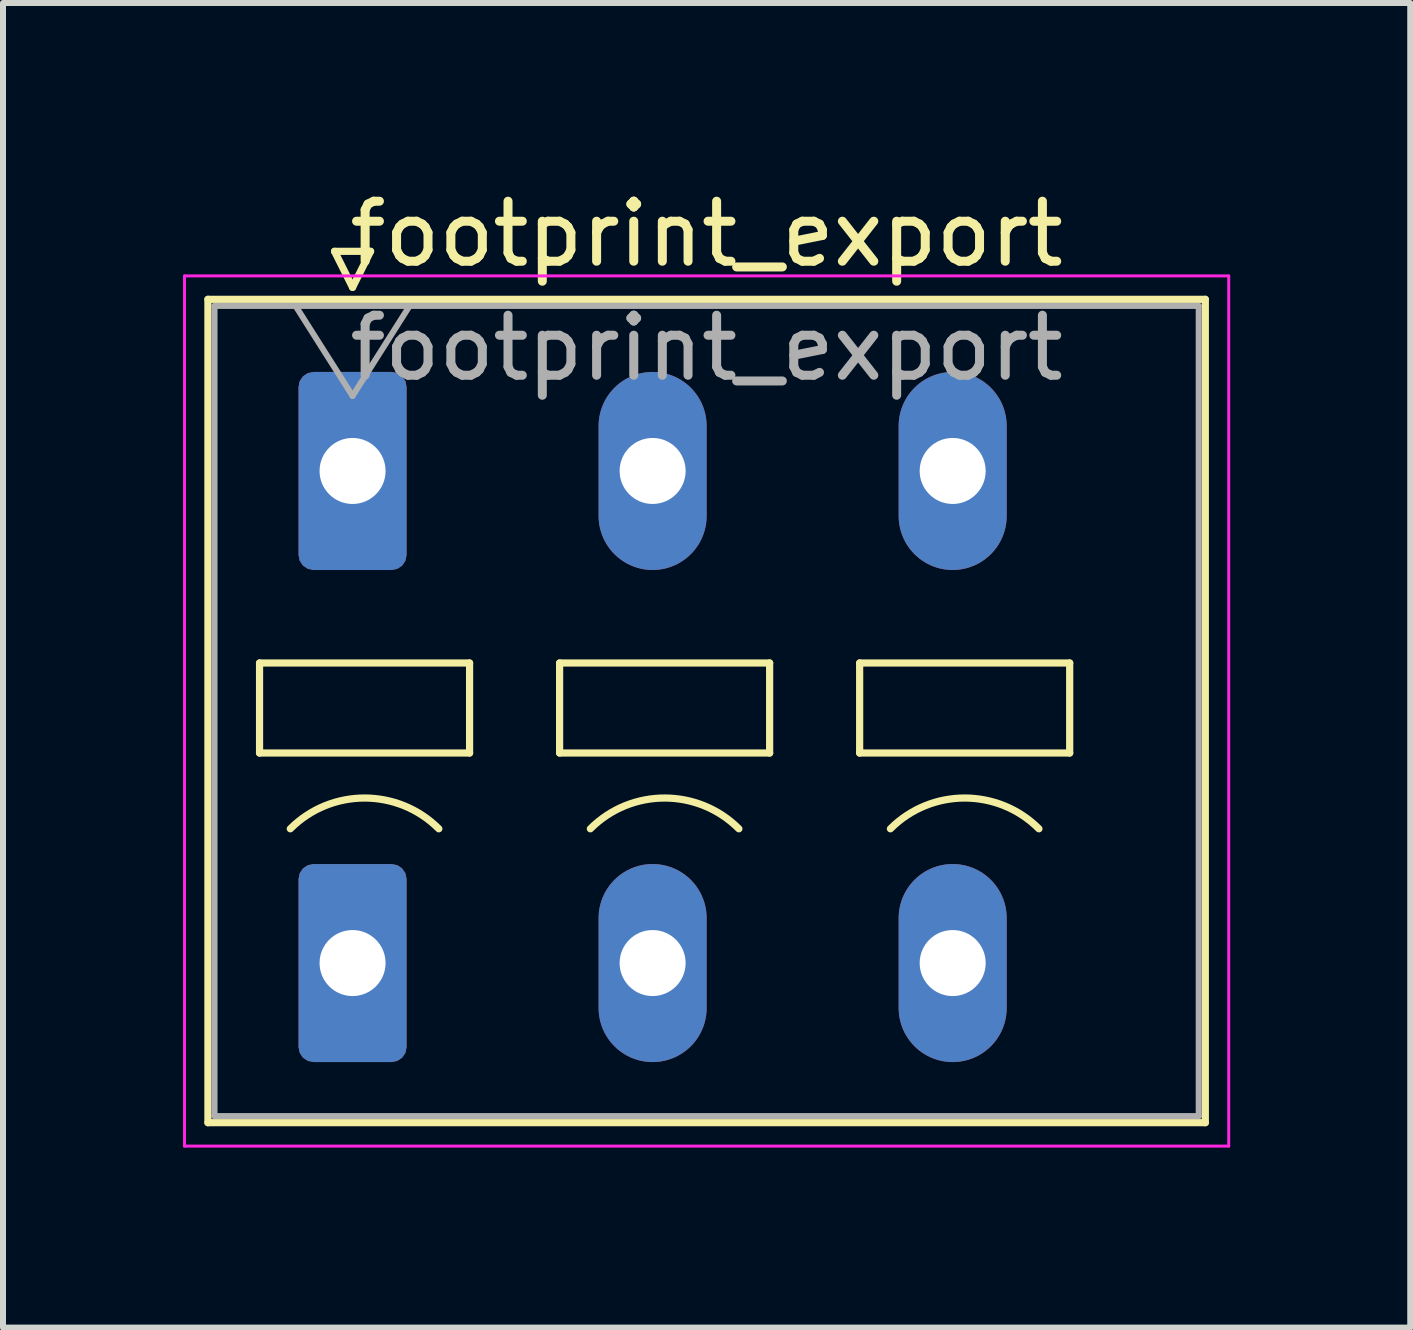
<source format=kicad_pcb>
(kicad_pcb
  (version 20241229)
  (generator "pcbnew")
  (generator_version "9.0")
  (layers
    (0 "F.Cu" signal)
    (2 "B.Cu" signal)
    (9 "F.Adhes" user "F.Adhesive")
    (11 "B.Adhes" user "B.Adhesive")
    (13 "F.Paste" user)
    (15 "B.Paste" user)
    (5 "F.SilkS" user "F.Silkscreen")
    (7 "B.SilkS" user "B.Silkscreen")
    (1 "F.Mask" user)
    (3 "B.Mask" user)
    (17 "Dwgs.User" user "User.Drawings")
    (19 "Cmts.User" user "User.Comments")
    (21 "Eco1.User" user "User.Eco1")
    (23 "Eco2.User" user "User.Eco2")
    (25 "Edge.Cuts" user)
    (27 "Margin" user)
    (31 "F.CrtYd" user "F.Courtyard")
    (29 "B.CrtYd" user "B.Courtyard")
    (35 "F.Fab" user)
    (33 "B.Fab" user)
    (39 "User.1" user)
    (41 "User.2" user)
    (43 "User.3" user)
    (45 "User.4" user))
  (footprint "footprint_export"
    (layer "F.Cu")
    (at 2.825 4.798)
    (property "Reference" "footprint_export" (at 5.9 -3.95 0) (layer "F.SilkS") (effects (font (size 1 1) (thickness 0.15))))
    (attr through_hole)
    (fp_line (start -2.41 -2.86) (end 14.21 -2.86) (stroke (width 0.12) (type solid)) (layer "F.SilkS"))
    (fp_line (start -2.41 10.86) (end -2.41 -2.86) (stroke (width 0.12) (type solid)) (layer "F.SilkS"))
    (fp_line (start -1.55 3.2) (end -1.55 4.7) (stroke (width 0.12) (type solid)) (layer "F.SilkS"))
    (fp_line (start -1.55 4.7) (end 1.95 4.7) (stroke (width 0.12) (type solid)) (layer "F.SilkS"))
    (fp_line (start -0.3 -3.66) (end 0 -3.06) (stroke (width 0.12) (type solid)) (layer "F.SilkS"))
    (fp_line (start -0.3 -3.66) (end 0.3 -3.66) (stroke (width 0.12) (type solid)) (layer "F.SilkS"))
    (fp_line (start 0.3 -3.66) (end 0 -3.06) (stroke (width 0.12) (type solid)) (layer "F.SilkS"))
    (fp_line (start 1.95 3.2) (end -1.55 3.2) (stroke (width 0.12) (type solid)) (layer "F.SilkS"))
    (fp_line (start 1.95 4.7) (end 1.95 3.2) (stroke (width 0.12) (type solid)) (layer "F.SilkS"))
    (fp_line (start 3.45 3.2) (end 3.45 4.7) (stroke (width 0.12) (type solid)) (layer "F.SilkS"))
    (fp_line (start 3.45 4.7) (end 6.95 4.7) (stroke (width 0.12) (type solid)) (layer "F.SilkS"))
    (fp_line (start 6.95 3.2) (end 3.45 3.2) (stroke (width 0.12) (type solid)) (layer "F.SilkS"))
    (fp_line (start 6.95 4.7) (end 6.95 3.2) (stroke (width 0.12) (type solid)) (layer "F.SilkS"))
    (fp_line (start 8.45 3.2) (end 8.45 4.7) (stroke (width 0.12) (type solid)) (layer "F.SilkS"))
    (fp_line (start 8.45 4.7) (end 11.95 4.7) (stroke (width 0.12) (type solid)) (layer "F.SilkS"))
    (fp_line (start 11.95 3.2) (end 8.45 3.2) (stroke (width 0.12) (type solid)) (layer "F.SilkS"))
    (fp_line (start 11.95 4.7) (end 11.95 3.2) (stroke (width 0.12) (type solid)) (layer "F.SilkS"))
    (fp_line (start 14.21 -2.86) (end 14.21 10.86) (stroke (width 0.12) (type solid)) (layer "F.SilkS"))
    (fp_line (start 14.21 10.86) (end -2.41 10.86) (stroke (width 0.12) (type solid)) (layer "F.SilkS"))
    (fp_arc (start -1.037437 5.962563) (mid 0.2 5.45) (end 1.437437 5.962563) (stroke (width 0.12) (type solid)) (layer "F.SilkS"))
    (fp_arc (start 3.962563 5.962563) (mid 5.2 5.45) (end 6.437437 5.962563) (stroke (width 0.12) (type solid)) (layer "F.SilkS"))
    (fp_arc (start 8.962563 5.962563) (mid 10.2 5.45) (end 11.437437 5.962563) (stroke (width 0.12) (type solid)) (layer "F.SilkS"))
    (fp_line (start -2.8 -3.25) (end -2.8 11.25) (stroke (width 0.05) (type solid)) (layer "F.CrtYd"))
    (fp_line (start -2.8 11.25) (end 14.6 11.25) (stroke (width 0.05) (type solid)) (layer "F.CrtYd"))
    (fp_line (start 14.6 -3.25) (end -2.8 -3.25) (stroke (width 0.05) (type solid)) (layer "F.CrtYd"))
    (fp_line (start 14.6 11.25) (end 14.6 -3.25) (stroke (width 0.05) (type solid)) (layer "F.CrtYd"))
    (fp_line (start -2.3 -2.75) (end -2.3 10.75) (stroke (width 0.1) (type solid)) (layer "F.Fab"))
    (fp_line (start -2.3 10.75) (end 14.1 10.75) (stroke (width 0.1) (type solid)) (layer "F.Fab"))
    (fp_line (start -0.95 -2.75) (end 0 -1.25) (stroke (width 0.1) (type solid)) (layer "F.Fab"))
    (fp_line (start 0.95 -2.75) (end 0 -1.25) (stroke (width 0.1) (type solid)) (layer "F.Fab"))
    (fp_line (start 14.1 -2.75) (end -2.3 -2.75) (stroke (width 0.1) (type solid)) (layer "F.Fab"))
    (fp_line (start 14.1 10.75) (end 14.1 -2.75) (stroke (width 0.1) (type solid)) (layer "F.Fab"))
    (fp_text user "${REFERENCE}" (at 5.9 -2.05 0) (layer "F.Fab") (effects (font (size 1 1) (thickness 0.15))))
    (pad "1" thru_hole roundrect (at 0 0) (size 1.8 3.3) (drill 1.1) (layers "*.Cu" "*.Mask") (roundrect_rratio 0.139))
    (pad "1" thru_hole roundrect (at 0 8.2) (size 1.8 3.3) (drill 1.1) (layers "*.Cu" "*.Mask") (roundrect_rratio 0.139))
    (pad "2" thru_hole oval (at 5 0) (size 1.8 3.3) (drill 1.1) (layers "*.Cu" "*.Mask"))
    (pad "2" thru_hole oval (at 5 8.2) (size 1.8 3.3) (drill 1.1) (layers "*.Cu" "*.Mask"))
    (pad "3" thru_hole oval (at 10 0) (size 1.8 3.3) (drill 1.1) (layers "*.Cu" "*.Mask"))
    (pad "3" thru_hole oval (at 10 8.2) (size 1.8 3.3) (drill 1.1) (layers "*.Cu" "*.Mask")))
  (gr_rect
    (start -3 -3)
    (end 20.45 19.073)
    (stroke (width 0.1) (type default))
    (fill no)
    (layer "Edge.Cuts")))
</source>
